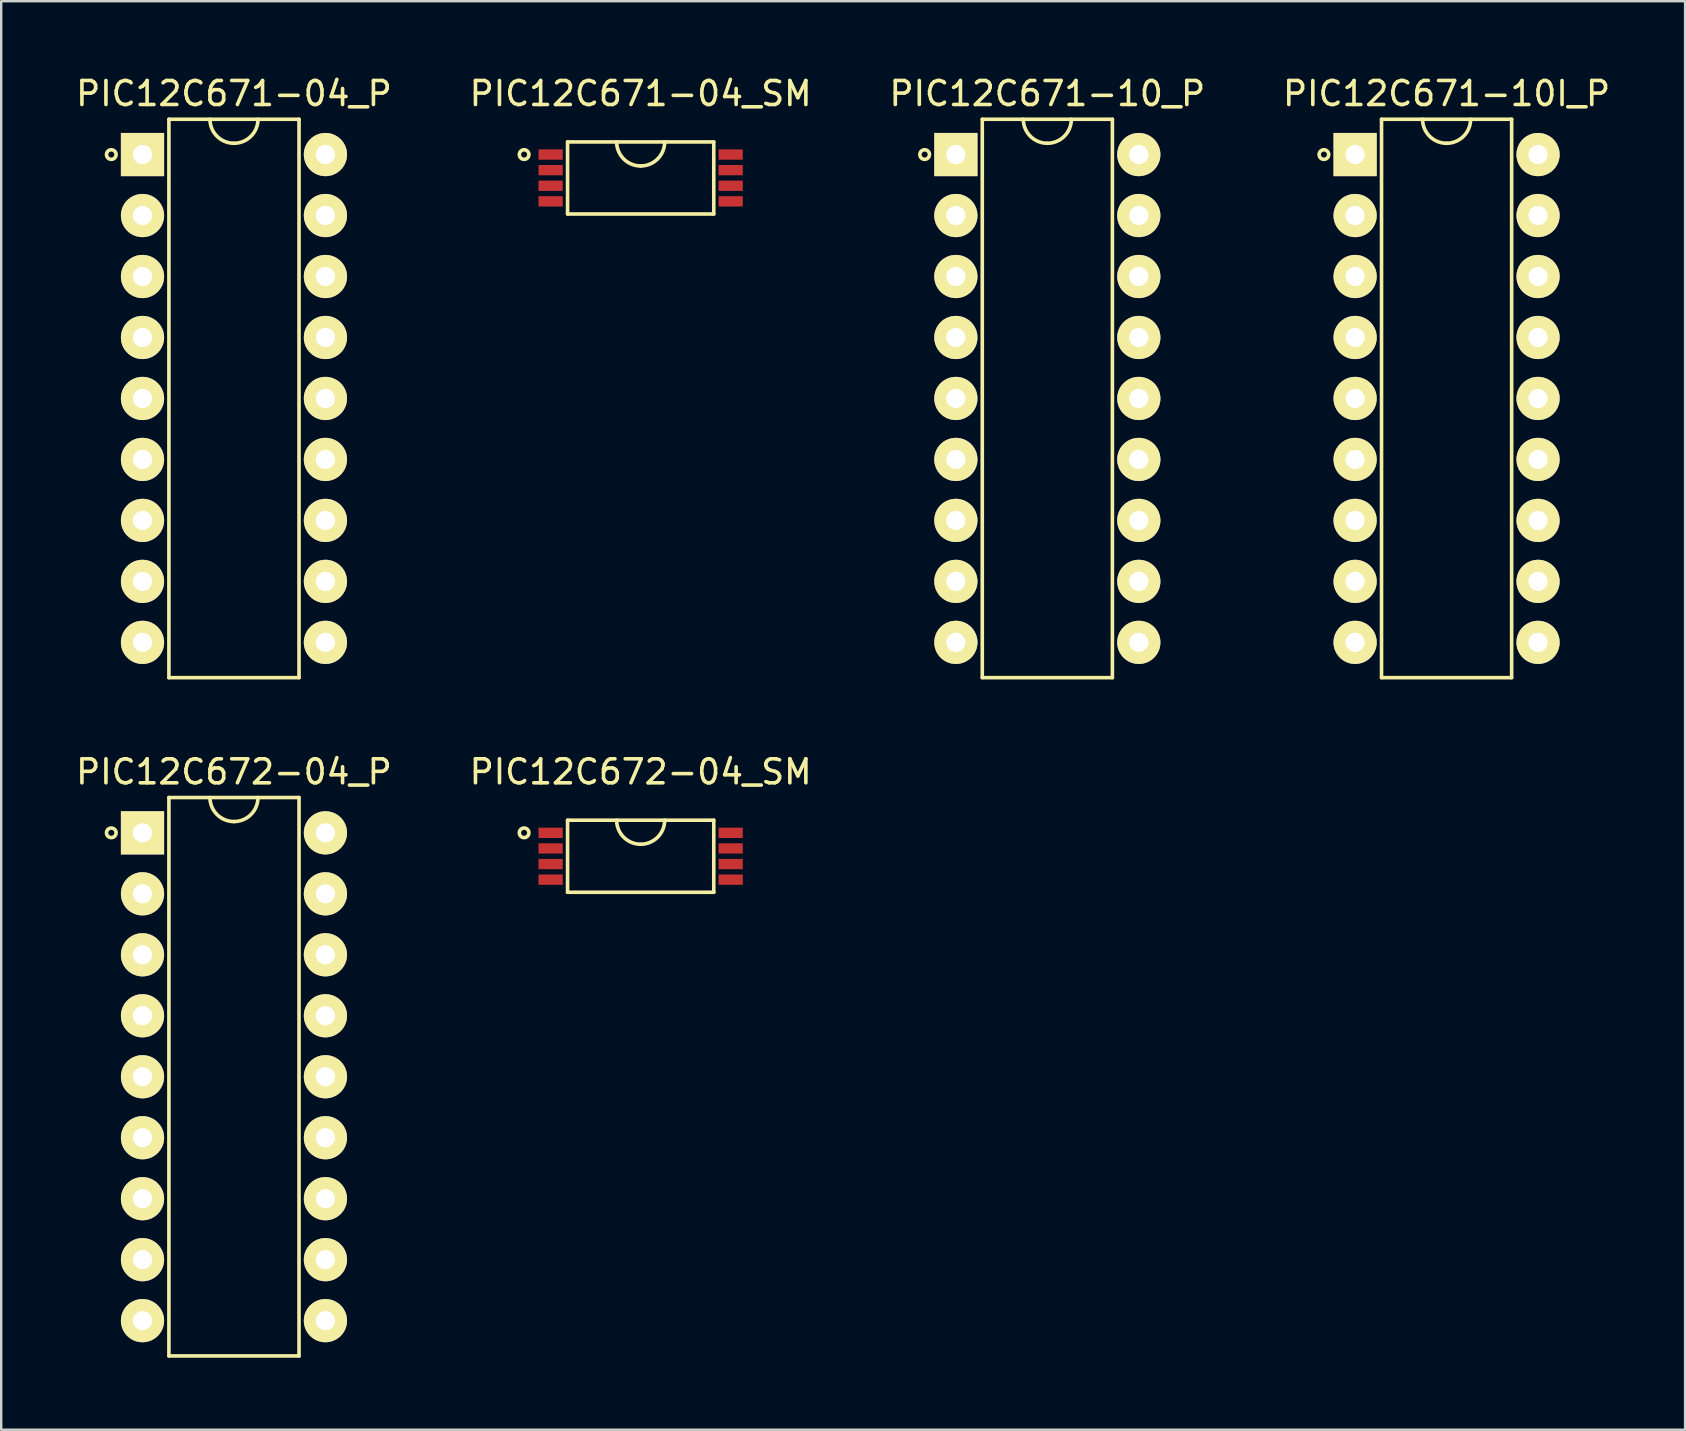
<source format=kicad_pcb>
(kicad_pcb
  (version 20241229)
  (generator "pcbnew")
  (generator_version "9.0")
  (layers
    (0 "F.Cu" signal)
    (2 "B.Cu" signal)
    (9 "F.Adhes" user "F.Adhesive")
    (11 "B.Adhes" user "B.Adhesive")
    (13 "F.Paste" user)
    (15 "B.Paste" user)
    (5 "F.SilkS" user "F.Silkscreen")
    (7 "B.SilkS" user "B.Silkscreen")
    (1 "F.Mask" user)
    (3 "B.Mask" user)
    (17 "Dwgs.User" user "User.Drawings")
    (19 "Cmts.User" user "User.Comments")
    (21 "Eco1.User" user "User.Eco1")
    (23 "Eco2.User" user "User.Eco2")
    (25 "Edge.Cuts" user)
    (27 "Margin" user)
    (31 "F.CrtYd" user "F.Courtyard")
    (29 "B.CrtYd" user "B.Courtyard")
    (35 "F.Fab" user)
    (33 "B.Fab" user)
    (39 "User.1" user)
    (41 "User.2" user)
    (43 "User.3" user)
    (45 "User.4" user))
  (footprint "PIC12C672-04_SM"
    (layer "F.Cu")
    (at 19.887 31.642)
    (property "Reference" "PIC12C672-04_SM" (at 3.75 -2.54 0) (layer "F.SilkS") (effects (font (size 1 1) (thickness 0.15))))
    (attr through_hole)
    (fp_line (start 0.705 -0.525) (end 6.795 -0.525) (stroke (width 0.15) (type solid)) (layer "F.SilkS"))
    (fp_line (start 0.705 2.475) (end 0.705 -0.525) (stroke (width 0.15) (type solid)) (layer "F.SilkS"))
    (fp_line (start 6.795 -0.525) (end 6.795 2.475) (stroke (width 0.15) (type solid)) (layer "F.SilkS"))
    (fp_line (start 6.795 2.475) (end 0.705 2.475) (stroke (width 0.15) (type solid)) (layer "F.SilkS"))
    (fp_arc (start 3.75 0.475) (mid 3.042893 0.182107) (end 2.75 -0.525) (stroke (width 0.15) (type solid)) (layer "F.SilkS"))
    (fp_arc (start 4.75 -0.525) (mid 4.457107 0.182107) (end 3.75 0.475) (stroke (width 0.15) (type solid)) (layer "F.SilkS"))
    (fp_circle (center -1.105 0) (end -1.105 0.2) (stroke (width 0.15) (type solid)) (fill no) (layer "F.SilkS"))
    (pad "1" smd rect (at 0 0) (size 1.01 0.43) (layers "F.Cu" "F.Mask" "F.Paste"))
    (pad "2" smd rect (at 0 0.65) (size 1.01 0.43) (layers "F.Cu" "F.Mask" "F.Paste"))
    (pad "3" smd rect (at 0 1.3) (size 1.01 0.43) (layers "F.Cu" "F.Mask" "F.Paste"))
    (pad "4" smd rect (at 0 1.95) (size 1.01 0.43) (layers "F.Cu" "F.Mask" "F.Paste"))
    (pad "5" smd rect (at 7.5 1.95) (size 1.01 0.43) (layers "F.Cu" "F.Mask" "F.Paste"))
    (pad "6" smd rect (at 7.5 1.3) (size 1.01 0.43) (layers "F.Cu" "F.Mask" "F.Paste"))
    (pad "7" smd rect (at 7.5 0.65) (size 1.01 0.43) (layers "F.Cu" "F.Mask" "F.Paste"))
    (pad "8" smd rect (at 7.5 0) (size 1.01 0.43) (layers "F.Cu" "F.Mask" "F.Paste")))
  (footprint "PIC12C671-04_SM"
    (layer "F.Cu")
    (at 19.887 3.388)
    (property "Reference" "PIC12C671-04_SM" (at 3.75 -2.54 0) (layer "F.SilkS") (effects (font (size 1 1) (thickness 0.15))))
    (attr through_hole)
    (fp_line (start 0.705 -0.525) (end 6.795 -0.525) (stroke (width 0.15) (type solid)) (layer "F.SilkS"))
    (fp_line (start 0.705 2.475) (end 0.705 -0.525) (stroke (width 0.15) (type solid)) (layer "F.SilkS"))
    (fp_line (start 6.795 -0.525) (end 6.795 2.475) (stroke (width 0.15) (type solid)) (layer "F.SilkS"))
    (fp_line (start 6.795 2.475) (end 0.705 2.475) (stroke (width 0.15) (type solid)) (layer "F.SilkS"))
    (fp_arc (start 3.75 0.475) (mid 3.042893 0.182107) (end 2.75 -0.525) (stroke (width 0.15) (type solid)) (layer "F.SilkS"))
    (fp_arc (start 4.75 -0.525) (mid 4.457107 0.182107) (end 3.75 0.475) (stroke (width 0.15) (type solid)) (layer "F.SilkS"))
    (fp_circle (center -1.105 0) (end -1.105 0.2) (stroke (width 0.15) (type solid)) (fill no) (layer "F.SilkS"))
    (pad "1" smd rect (at 0 0) (size 1.01 0.43) (layers "F.Cu" "F.Mask" "F.Paste"))
    (pad "2" smd rect (at 0 0.65) (size 1.01 0.43) (layers "F.Cu" "F.Mask" "F.Paste"))
    (pad "3" smd rect (at 0 1.3) (size 1.01 0.43) (layers "F.Cu" "F.Mask" "F.Paste"))
    (pad "4" smd rect (at 0 1.95) (size 1.01 0.43) (layers "F.Cu" "F.Mask" "F.Paste"))
    (pad "5" smd rect (at 7.5 1.95) (size 1.01 0.43) (layers "F.Cu" "F.Mask" "F.Paste"))
    (pad "6" smd rect (at 7.5 1.3) (size 1.01 0.43) (layers "F.Cu" "F.Mask" "F.Paste"))
    (pad "7" smd rect (at 7.5 0.65) (size 1.01 0.43) (layers "F.Cu" "F.Mask" "F.Paste"))
    (pad "8" smd rect (at 7.5 0) (size 1.01 0.43) (layers "F.Cu" "F.Mask" "F.Paste")))
  (footprint "PIC12C671-04_P"
    (layer "F.Cu")
    (at 2.886 3.388)
    (property "Reference" "PIC12C671-04_P" (at 3.81 -2.54 0) (layer "F.SilkS") (effects (font (size 1 1) (thickness 0.15))))
    (attr through_hole)
    (fp_line (start 1.1 -1.47) (end 6.52 -1.47) (stroke (width 0.15) (type solid)) (layer "F.SilkS"))
    (fp_line (start 1.1 21.79) (end 1.1 -1.47) (stroke (width 0.15) (type solid)) (layer "F.SilkS"))
    (fp_line (start 6.52 -1.47) (end 6.52 21.79) (stroke (width 0.15) (type solid)) (layer "F.SilkS"))
    (fp_line (start 6.52 21.79) (end 1.1 21.79) (stroke (width 0.15) (type solid)) (layer "F.SilkS"))
    (fp_arc (start 3.81 -0.47) (mid 3.102893 -0.762893) (end 2.81 -1.47) (stroke (width 0.15) (type solid)) (layer "F.SilkS"))
    (fp_arc (start 4.81 -1.47) (mid 4.517107 -0.762893) (end 3.81 -0.47) (stroke (width 0.15) (type solid)) (layer "F.SilkS"))
    (fp_circle (center -1.3 0) (end -1.3 0.2) (stroke (width 0.15) (type solid)) (fill no) (layer "F.SilkS"))
    (pad "1" thru_hole rect (at 0 0) (size 1.8 1.8) (drill 0.8) (layers "*.Cu" "*.Mask" "F.SilkS"))
    (pad "2" thru_hole circle (at 0 2.54) (size 1.8 1.8) (drill 0.8) (layers "*.Cu" "*.Mask" "F.SilkS"))
    (pad "3" thru_hole circle (at 0 5.08) (size 1.8 1.8) (drill 0.8) (layers "*.Cu" "*.Mask" "F.SilkS"))
    (pad "4" thru_hole circle (at 0 7.62) (size 1.8 1.8) (drill 0.8) (layers "*.Cu" "*.Mask" "F.SilkS"))
    (pad "5" thru_hole circle (at 0 10.16) (size 1.8 1.8) (drill 0.8) (layers "*.Cu" "*.Mask" "F.SilkS"))
    (pad "6" thru_hole circle (at 0 12.7) (size 1.8 1.8) (drill 0.8) (layers "*.Cu" "*.Mask" "F.SilkS"))
    (pad "7" thru_hole circle (at 0 15.24) (size 1.8 1.8) (drill 0.8) (layers "*.Cu" "*.Mask" "F.SilkS"))
    (pad "8" thru_hole circle (at 0 17.78) (size 1.8 1.8) (drill 0.8) (layers "*.Cu" "*.Mask" "F.SilkS"))
    (pad "9" thru_hole circle (at 0 20.32) (size 1.8 1.8) (drill 0.8) (layers "*.Cu" "*.Mask" "F.SilkS"))
    (pad "10" thru_hole circle (at 7.62 20.32) (size 1.8 1.8) (drill 0.8) (layers "*.Cu" "*.Mask" "F.SilkS"))
    (pad "11" thru_hole circle (at 7.62 17.78) (size 1.8 1.8) (drill 0.8) (layers "*.Cu" "*.Mask" "F.SilkS"))
    (pad "12" thru_hole circle (at 7.62 15.24) (size 1.8 1.8) (drill 0.8) (layers "*.Cu" "*.Mask" "F.SilkS"))
    (pad "13" thru_hole circle (at 7.62 12.7) (size 1.8 1.8) (drill 0.8) (layers "*.Cu" "*.Mask" "F.SilkS"))
    (pad "14" thru_hole circle (at 7.62 10.16) (size 1.8 1.8) (drill 0.8) (layers "*.Cu" "*.Mask" "F.SilkS"))
    (pad "15" thru_hole circle (at 7.62 7.62) (size 1.8 1.8) (drill 0.8) (layers "*.Cu" "*.Mask" "F.SilkS"))
    (pad "16" thru_hole circle (at 7.62 5.08) (size 1.8 1.8) (drill 0.8) (layers "*.Cu" "*.Mask" "F.SilkS"))
    (pad "17" thru_hole circle (at 7.62 2.54) (size 1.8 1.8) (drill 0.8) (layers "*.Cu" "*.Mask" "F.SilkS"))
    (pad "18" thru_hole circle (at 7.62 0) (size 1.8 1.8) (drill 0.8) (layers "*.Cu" "*.Mask" "F.SilkS")))
  (footprint "PIC12C671-10_P"
    (layer "F.Cu")
    (at 36.767 3.388)
    (property "Reference" "PIC12C671-10_P" (at 3.81 -2.54 0) (layer "F.SilkS") (effects (font (size 1 1) (thickness 0.15))))
    (attr through_hole)
    (fp_line (start 1.1 -1.47) (end 6.52 -1.47) (stroke (width 0.15) (type solid)) (layer "F.SilkS"))
    (fp_line (start 1.1 21.79) (end 1.1 -1.47) (stroke (width 0.15) (type solid)) (layer "F.SilkS"))
    (fp_line (start 6.52 -1.47) (end 6.52 21.79) (stroke (width 0.15) (type solid)) (layer "F.SilkS"))
    (fp_line (start 6.52 21.79) (end 1.1 21.79) (stroke (width 0.15) (type solid)) (layer "F.SilkS"))
    (fp_arc (start 3.81 -0.47) (mid 3.102893 -0.762893) (end 2.81 -1.47) (stroke (width 0.15) (type solid)) (layer "F.SilkS"))
    (fp_arc (start 4.81 -1.47) (mid 4.517107 -0.762893) (end 3.81 -0.47) (stroke (width 0.15) (type solid)) (layer "F.SilkS"))
    (fp_circle (center -1.3 0) (end -1.3 0.2) (stroke (width 0.15) (type solid)) (fill no) (layer "F.SilkS"))
    (pad "1" thru_hole rect (at 0 0) (size 1.8 1.8) (drill 0.8) (layers "*.Cu" "*.Mask" "F.SilkS"))
    (pad "2" thru_hole circle (at 0 2.54) (size 1.8 1.8) (drill 0.8) (layers "*.Cu" "*.Mask" "F.SilkS"))
    (pad "3" thru_hole circle (at 0 5.08) (size 1.8 1.8) (drill 0.8) (layers "*.Cu" "*.Mask" "F.SilkS"))
    (pad "4" thru_hole circle (at 0 7.62) (size 1.8 1.8) (drill 0.8) (layers "*.Cu" "*.Mask" "F.SilkS"))
    (pad "5" thru_hole circle (at 0 10.16) (size 1.8 1.8) (drill 0.8) (layers "*.Cu" "*.Mask" "F.SilkS"))
    (pad "6" thru_hole circle (at 0 12.7) (size 1.8 1.8) (drill 0.8) (layers "*.Cu" "*.Mask" "F.SilkS"))
    (pad "7" thru_hole circle (at 0 15.24) (size 1.8 1.8) (drill 0.8) (layers "*.Cu" "*.Mask" "F.SilkS"))
    (pad "8" thru_hole circle (at 0 17.78) (size 1.8 1.8) (drill 0.8) (layers "*.Cu" "*.Mask" "F.SilkS"))
    (pad "9" thru_hole circle (at 0 20.32) (size 1.8 1.8) (drill 0.8) (layers "*.Cu" "*.Mask" "F.SilkS"))
    (pad "10" thru_hole circle (at 7.62 20.32) (size 1.8 1.8) (drill 0.8) (layers "*.Cu" "*.Mask" "F.SilkS"))
    (pad "11" thru_hole circle (at 7.62 17.78) (size 1.8 1.8) (drill 0.8) (layers "*.Cu" "*.Mask" "F.SilkS"))
    (pad "12" thru_hole circle (at 7.62 15.24) (size 1.8 1.8) (drill 0.8) (layers "*.Cu" "*.Mask" "F.SilkS"))
    (pad "13" thru_hole circle (at 7.62 12.7) (size 1.8 1.8) (drill 0.8) (layers "*.Cu" "*.Mask" "F.SilkS"))
    (pad "14" thru_hole circle (at 7.62 10.16) (size 1.8 1.8) (drill 0.8) (layers "*.Cu" "*.Mask" "F.SilkS"))
    (pad "15" thru_hole circle (at 7.62 7.62) (size 1.8 1.8) (drill 0.8) (layers "*.Cu" "*.Mask" "F.SilkS"))
    (pad "16" thru_hole circle (at 7.62 5.08) (size 1.8 1.8) (drill 0.8) (layers "*.Cu" "*.Mask" "F.SilkS"))
    (pad "17" thru_hole circle (at 7.62 2.54) (size 1.8 1.8) (drill 0.8) (layers "*.Cu" "*.Mask" "F.SilkS"))
    (pad "18" thru_hole circle (at 7.62 0) (size 1.8 1.8) (drill 0.8) (layers "*.Cu" "*.Mask" "F.SilkS")))
  (footprint "PIC12C672-04_P"
    (layer "F.Cu")
    (at 2.886 31.642)
    (property "Reference" "PIC12C672-04_P" (at 3.81 -2.54 0) (layer "F.SilkS") (effects (font (size 1 1) (thickness 0.15))))
    (attr through_hole)
    (fp_line (start 1.1 -1.47) (end 6.52 -1.47) (stroke (width 0.15) (type solid)) (layer "F.SilkS"))
    (fp_line (start 1.1 21.79) (end 1.1 -1.47) (stroke (width 0.15) (type solid)) (layer "F.SilkS"))
    (fp_line (start 6.52 -1.47) (end 6.52 21.79) (stroke (width 0.15) (type solid)) (layer "F.SilkS"))
    (fp_line (start 6.52 21.79) (end 1.1 21.79) (stroke (width 0.15) (type solid)) (layer "F.SilkS"))
    (fp_arc (start 3.81 -0.47) (mid 3.102893 -0.762893) (end 2.81 -1.47) (stroke (width 0.15) (type solid)) (layer "F.SilkS"))
    (fp_arc (start 4.81 -1.47) (mid 4.517107 -0.762893) (end 3.81 -0.47) (stroke (width 0.15) (type solid)) (layer "F.SilkS"))
    (fp_circle (center -1.3 0) (end -1.3 0.2) (stroke (width 0.15) (type solid)) (fill no) (layer "F.SilkS"))
    (pad "1" thru_hole rect (at 0 0) (size 1.8 1.8) (drill 0.8) (layers "*.Cu" "*.Mask" "F.SilkS"))
    (pad "2" thru_hole circle (at 0 2.54) (size 1.8 1.8) (drill 0.8) (layers "*.Cu" "*.Mask" "F.SilkS"))
    (pad "3" thru_hole circle (at 0 5.08) (size 1.8 1.8) (drill 0.8) (layers "*.Cu" "*.Mask" "F.SilkS"))
    (pad "4" thru_hole circle (at 0 7.62) (size 1.8 1.8) (drill 0.8) (layers "*.Cu" "*.Mask" "F.SilkS"))
    (pad "5" thru_hole circle (at 0 10.16) (size 1.8 1.8) (drill 0.8) (layers "*.Cu" "*.Mask" "F.SilkS"))
    (pad "6" thru_hole circle (at 0 12.7) (size 1.8 1.8) (drill 0.8) (layers "*.Cu" "*.Mask" "F.SilkS"))
    (pad "7" thru_hole circle (at 0 15.24) (size 1.8 1.8) (drill 0.8) (layers "*.Cu" "*.Mask" "F.SilkS"))
    (pad "8" thru_hole circle (at 0 17.78) (size 1.8 1.8) (drill 0.8) (layers "*.Cu" "*.Mask" "F.SilkS"))
    (pad "9" thru_hole circle (at 0 20.32) (size 1.8 1.8) (drill 0.8) (layers "*.Cu" "*.Mask" "F.SilkS"))
    (pad "10" thru_hole circle (at 7.62 20.32) (size 1.8 1.8) (drill 0.8) (layers "*.Cu" "*.Mask" "F.SilkS"))
    (pad "11" thru_hole circle (at 7.62 17.78) (size 1.8 1.8) (drill 0.8) (layers "*.Cu" "*.Mask" "F.SilkS"))
    (pad "12" thru_hole circle (at 7.62 15.24) (size 1.8 1.8) (drill 0.8) (layers "*.Cu" "*.Mask" "F.SilkS"))
    (pad "13" thru_hole circle (at 7.62 12.7) (size 1.8 1.8) (drill 0.8) (layers "*.Cu" "*.Mask" "F.SilkS"))
    (pad "14" thru_hole circle (at 7.62 10.16) (size 1.8 1.8) (drill 0.8) (layers "*.Cu" "*.Mask" "F.SilkS"))
    (pad "15" thru_hole circle (at 7.62 7.62) (size 1.8 1.8) (drill 0.8) (layers "*.Cu" "*.Mask" "F.SilkS"))
    (pad "16" thru_hole circle (at 7.62 5.08) (size 1.8 1.8) (drill 0.8) (layers "*.Cu" "*.Mask" "F.SilkS"))
    (pad "17" thru_hole circle (at 7.62 2.54) (size 1.8 1.8) (drill 0.8) (layers "*.Cu" "*.Mask" "F.SilkS"))
    (pad "18" thru_hole circle (at 7.62 0) (size 1.8 1.8) (drill 0.8) (layers "*.Cu" "*.Mask" "F.SilkS")))
  (footprint "PIC12C671-10I_P"
    (layer "F.Cu")
    (at 53.398 3.388)
    (property "Reference" "PIC12C671-10I_P" (at 3.81 -2.54 0) (layer "F.SilkS") (effects (font (size 1 1) (thickness 0.15))))
    (attr through_hole)
    (fp_line (start 1.1 -1.47) (end 6.52 -1.47) (stroke (width 0.15) (type solid)) (layer "F.SilkS"))
    (fp_line (start 1.1 21.79) (end 1.1 -1.47) (stroke (width 0.15) (type solid)) (layer "F.SilkS"))
    (fp_line (start 6.52 -1.47) (end 6.52 21.79) (stroke (width 0.15) (type solid)) (layer "F.SilkS"))
    (fp_line (start 6.52 21.79) (end 1.1 21.79) (stroke (width 0.15) (type solid)) (layer "F.SilkS"))
    (fp_arc (start 3.81 -0.47) (mid 3.102893 -0.762893) (end 2.81 -1.47) (stroke (width 0.15) (type solid)) (layer "F.SilkS"))
    (fp_arc (start 4.81 -1.47) (mid 4.517107 -0.762893) (end 3.81 -0.47) (stroke (width 0.15) (type solid)) (layer "F.SilkS"))
    (fp_circle (center -1.3 0) (end -1.3 0.2) (stroke (width 0.15) (type solid)) (fill no) (layer "F.SilkS"))
    (pad "1" thru_hole rect (at 0 0) (size 1.8 1.8) (drill 0.8) (layers "*.Cu" "*.Mask" "F.SilkS"))
    (pad "2" thru_hole circle (at 0 2.54) (size 1.8 1.8) (drill 0.8) (layers "*.Cu" "*.Mask" "F.SilkS"))
    (pad "3" thru_hole circle (at 0 5.08) (size 1.8 1.8) (drill 0.8) (layers "*.Cu" "*.Mask" "F.SilkS"))
    (pad "4" thru_hole circle (at 0 7.62) (size 1.8 1.8) (drill 0.8) (layers "*.Cu" "*.Mask" "F.SilkS"))
    (pad "5" thru_hole circle (at 0 10.16) (size 1.8 1.8) (drill 0.8) (layers "*.Cu" "*.Mask" "F.SilkS"))
    (pad "6" thru_hole circle (at 0 12.7) (size 1.8 1.8) (drill 0.8) (layers "*.Cu" "*.Mask" "F.SilkS"))
    (pad "7" thru_hole circle (at 0 15.24) (size 1.8 1.8) (drill 0.8) (layers "*.Cu" "*.Mask" "F.SilkS"))
    (pad "8" thru_hole circle (at 0 17.78) (size 1.8 1.8) (drill 0.8) (layers "*.Cu" "*.Mask" "F.SilkS"))
    (pad "9" thru_hole circle (at 0 20.32) (size 1.8 1.8) (drill 0.8) (layers "*.Cu" "*.Mask" "F.SilkS"))
    (pad "10" thru_hole circle (at 7.62 20.32) (size 1.8 1.8) (drill 0.8) (layers "*.Cu" "*.Mask" "F.SilkS"))
    (pad "11" thru_hole circle (at 7.62 17.78) (size 1.8 1.8) (drill 0.8) (layers "*.Cu" "*.Mask" "F.SilkS"))
    (pad "12" thru_hole circle (at 7.62 15.24) (size 1.8 1.8) (drill 0.8) (layers "*.Cu" "*.Mask" "F.SilkS"))
    (pad "13" thru_hole circle (at 7.62 12.7) (size 1.8 1.8) (drill 0.8) (layers "*.Cu" "*.Mask" "F.SilkS"))
    (pad "14" thru_hole circle (at 7.62 10.16) (size 1.8 1.8) (drill 0.8) (layers "*.Cu" "*.Mask" "F.SilkS"))
    (pad "15" thru_hole circle (at 7.62 7.62) (size 1.8 1.8) (drill 0.8) (layers "*.Cu" "*.Mask" "F.SilkS"))
    (pad "16" thru_hole circle (at 7.62 5.08) (size 1.8 1.8) (drill 0.8) (layers "*.Cu" "*.Mask" "F.SilkS"))
    (pad "17" thru_hole circle (at 7.62 2.54) (size 1.8 1.8) (drill 0.8) (layers "*.Cu" "*.Mask" "F.SilkS"))
    (pad "18" thru_hole circle (at 7.62 0) (size 1.8 1.8) (drill 0.8) (layers "*.Cu" "*.Mask" "F.SilkS")))
  (gr_rect
    (start -3 -3)
    (end 67.143 56.507)
    (stroke (width 0.1) (type default))
    (fill no)
    (layer "Edge.Cuts")))
</source>
